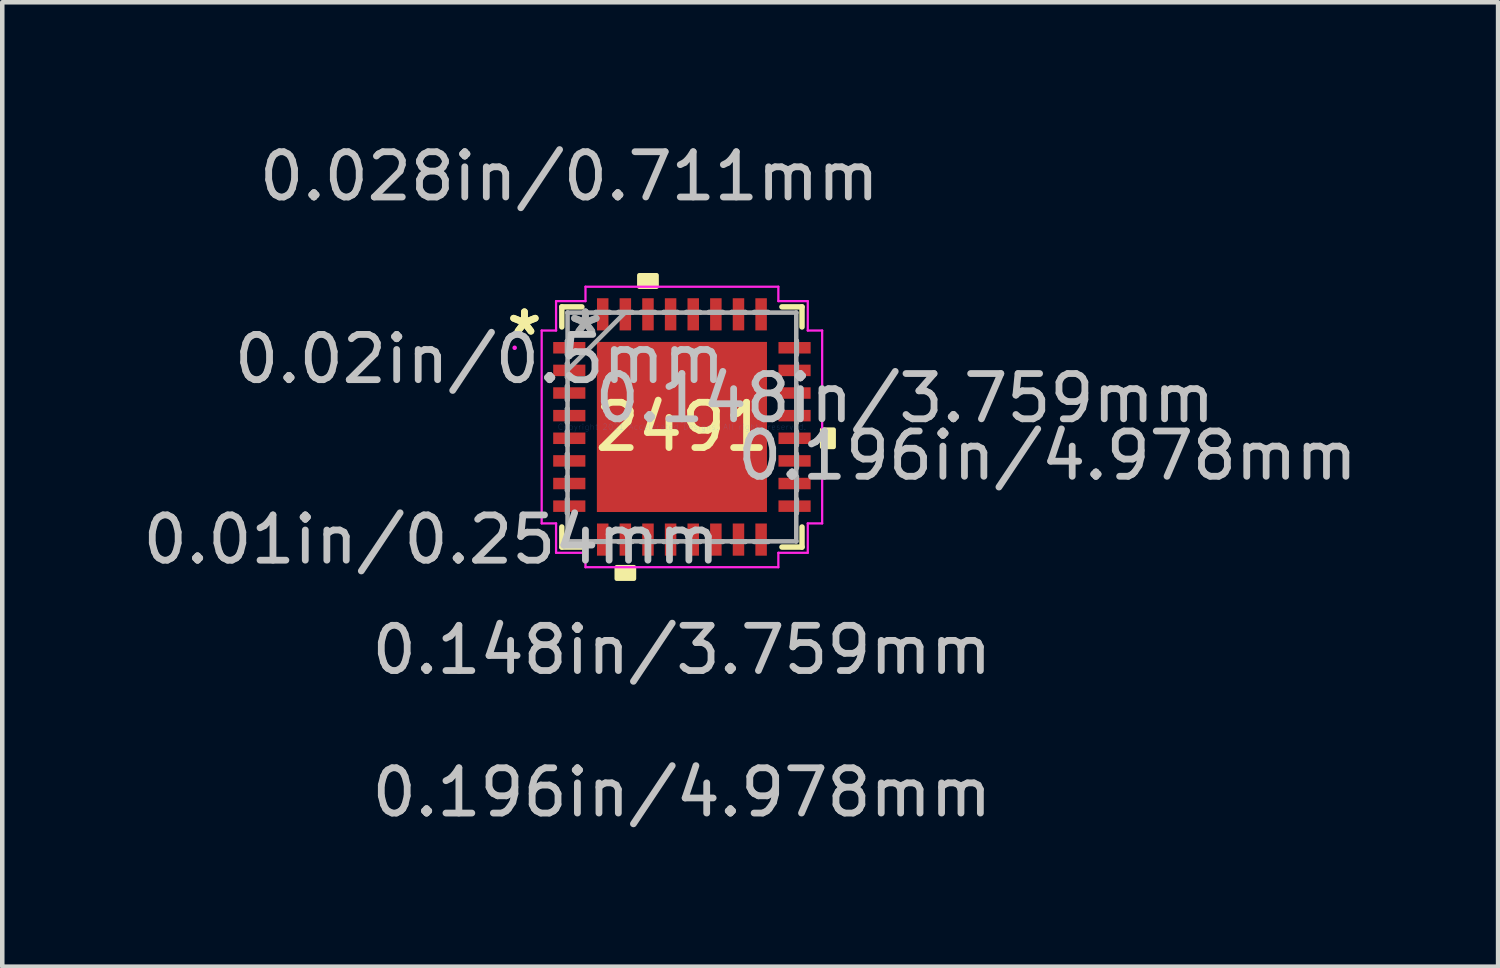
<source format=kicad_pcb>
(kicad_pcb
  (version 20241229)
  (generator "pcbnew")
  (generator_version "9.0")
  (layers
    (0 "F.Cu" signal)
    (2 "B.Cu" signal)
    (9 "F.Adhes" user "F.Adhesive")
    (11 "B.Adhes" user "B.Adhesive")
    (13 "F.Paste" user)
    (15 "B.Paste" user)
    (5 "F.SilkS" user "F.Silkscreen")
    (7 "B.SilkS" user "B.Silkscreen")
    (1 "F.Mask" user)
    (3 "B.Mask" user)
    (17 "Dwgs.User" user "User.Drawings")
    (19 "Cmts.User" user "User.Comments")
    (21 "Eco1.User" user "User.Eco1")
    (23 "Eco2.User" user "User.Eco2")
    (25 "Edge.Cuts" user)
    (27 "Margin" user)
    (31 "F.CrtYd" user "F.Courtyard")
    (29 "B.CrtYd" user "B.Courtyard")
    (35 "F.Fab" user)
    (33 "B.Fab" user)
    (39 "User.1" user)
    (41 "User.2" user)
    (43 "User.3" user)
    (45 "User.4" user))
  (footprint "2491"
    (layer "F.Cu")
    (at 12.019 6.385)
    (property "Reference" "2491" (at 0 0 0) (layer "F.SilkS") (effects (font (size 1 1) (thickness 0.15))))
    (attr through_hole)
    (fp_line (start -2.654 -2.654) (end -2.654 -2.21) (stroke (width 0.12) (type solid)) (layer "F.SilkS"))
    (fp_line (start -2.654 2.21) (end -2.654 2.654) (stroke (width 0.12) (type solid)) (layer "F.SilkS"))
    (fp_line (start -2.654 2.654) (end -2.21 2.654) (stroke (width 0.12) (type solid)) (layer "F.SilkS"))
    (fp_line (start -2.21 -2.654) (end -2.654 -2.654) (stroke (width 0.12) (type solid)) (layer "F.SilkS"))
    (fp_line (start 2.21 2.654) (end 2.654 2.654) (stroke (width 0.12) (type solid)) (layer "F.SilkS"))
    (fp_line (start 2.654 -2.654) (end 2.21 -2.654) (stroke (width 0.12) (type solid)) (layer "F.SilkS"))
    (fp_line (start 2.654 -2.21) (end 2.654 -2.654) (stroke (width 0.12) (type solid)) (layer "F.SilkS"))
    (fp_line (start 2.654 2.654) (end 2.654 2.21) (stroke (width 0.12) (type solid)) (layer "F.SilkS"))
    (fp_poly (pts (xy -1.44 3.099) (xy -1.44 3.353) (xy -1.06 3.353) (xy -1.06 3.099)) (stroke (width 0.1) (type solid)) (fill yes) (layer "F.SilkS"))
    (fp_poly (pts (xy -0.941 -3.099) (xy -0.941 -3.353) (xy -0.56 -3.353) (xy -0.56 -3.099)) (stroke (width 0.1) (type solid)) (fill yes) (layer "F.SilkS"))
    (fp_poly (pts (xy 3.353 0.059) (xy 3.353 0.441) (xy 3.099 0.441) (xy 3.099 0.059)) (stroke (width 0.1) (type solid)) (fill yes) (layer "F.SilkS"))
    (fp_poly (pts (xy -1.78 -1.78) (xy -1.78 -0.1) (xy -0.1 -0.1) (xy -0.1 -1.78)) (stroke (width 0.1) (type solid)) (fill yes) (layer "F.Paste"))
    (fp_poly (pts (xy -1.78 0.1) (xy -1.78 1.78) (xy -0.1 1.78) (xy -0.1 0.1)) (stroke (width 0.1) (type solid)) (fill yes) (layer "F.Paste"))
    (fp_poly (pts (xy 0.1 -1.78) (xy 0.1 -0.1) (xy 1.78 -0.1) (xy 1.78 -1.78)) (stroke (width 0.1) (type solid)) (fill yes) (layer "F.Paste"))
    (fp_poly (pts (xy 0.1 0.1) (xy 0.1 1.78) (xy 1.78 1.78) (xy 1.78 0.1)) (stroke (width 0.1) (type solid)) (fill yes) (layer "F.Paste"))
    (fp_line (start -3.099 -2.131) (end -2.781 -2.131) (stroke (width 0.05) (type solid)) (layer "F.CrtYd"))
    (fp_line (start -3.099 2.131) (end -3.099 -2.131) (stroke (width 0.05) (type solid)) (layer "F.CrtYd"))
    (fp_line (start -2.781 -2.781) (end -2.131 -2.781) (stroke (width 0.05) (type solid)) (layer "F.CrtYd"))
    (fp_line (start -2.781 -2.131) (end -2.781 -2.781) (stroke (width 0.05) (type solid)) (layer "F.CrtYd"))
    (fp_line (start -2.781 2.131) (end -3.099 2.131) (stroke (width 0.05) (type solid)) (layer "F.CrtYd"))
    (fp_line (start -2.781 2.781) (end -2.781 2.131) (stroke (width 0.05) (type solid)) (layer "F.CrtYd"))
    (fp_line (start -2.131 -3.099) (end 2.131 -3.099) (stroke (width 0.05) (type solid)) (layer "F.CrtYd"))
    (fp_line (start -2.131 -2.781) (end -2.131 -3.099) (stroke (width 0.05) (type solid)) (layer "F.CrtYd"))
    (fp_line (start -2.131 2.781) (end -2.781 2.781) (stroke (width 0.05) (type solid)) (layer "F.CrtYd"))
    (fp_line (start -2.131 3.099) (end -2.131 2.781) (stroke (width 0.05) (type solid)) (layer "F.CrtYd"))
    (fp_line (start 2.131 -3.099) (end 2.131 -2.781) (stroke (width 0.05) (type solid)) (layer "F.CrtYd"))
    (fp_line (start 2.131 -2.781) (end 2.781 -2.781) (stroke (width 0.05) (type solid)) (layer "F.CrtYd"))
    (fp_line (start 2.131 2.781) (end 2.131 3.099) (stroke (width 0.05) (type solid)) (layer "F.CrtYd"))
    (fp_line (start 2.131 3.099) (end -2.131 3.099) (stroke (width 0.05) (type solid)) (layer "F.CrtYd"))
    (fp_line (start 2.781 -2.781) (end 2.781 -2.131) (stroke (width 0.05) (type solid)) (layer "F.CrtYd"))
    (fp_line (start 2.781 -2.131) (end 3.099 -2.131) (stroke (width 0.05) (type solid)) (layer "F.CrtYd"))
    (fp_line (start 2.781 2.131) (end 2.781 2.781) (stroke (width 0.05) (type solid)) (layer "F.CrtYd"))
    (fp_line (start 2.781 2.781) (end 2.131 2.781) (stroke (width 0.05) (type solid)) (layer "F.CrtYd"))
    (fp_line (start 3.099 -2.131) (end 3.099 2.131) (stroke (width 0.05) (type solid)) (layer "F.CrtYd"))
    (fp_line (start 3.099 2.131) (end 2.781 2.131) (stroke (width 0.05) (type solid)) (layer "F.CrtYd"))
    (fp_circle (center -3.696 -1.75) (end -3.696 -1.75) (stroke (width 0.05) (type solid)) (fill no) (layer "F.CrtYd"))
    (fp_line (start -2.54 -1.902) (end -2.54 -1.598) (stroke (width 0.1) (type solid)) (layer "F.Fab"))
    (fp_line (start -2.54 -1.598) (end -2.527 -1.598) (stroke (width 0.1) (type solid)) (layer "F.Fab"))
    (fp_line (start -2.54 -1.402) (end -2.54 -1.098) (stroke (width 0.1) (type solid)) (layer "F.Fab"))
    (fp_line (start -2.54 -1.098) (end -2.527 -1.098) (stroke (width 0.1) (type solid)) (layer "F.Fab"))
    (fp_line (start -2.54 -0.902) (end -2.54 -0.598) (stroke (width 0.1) (type solid)) (layer "F.Fab"))
    (fp_line (start -2.54 -0.598) (end -2.527 -0.598) (stroke (width 0.1) (type solid)) (layer "F.Fab"))
    (fp_line (start -2.54 -0.402) (end -2.54 -0.098) (stroke (width 0.1) (type solid)) (layer "F.Fab"))
    (fp_line (start -2.54 -0.098) (end -2.527 -0.098) (stroke (width 0.1) (type solid)) (layer "F.Fab"))
    (fp_line (start -2.54 0.098) (end -2.54 0.402) (stroke (width 0.1) (type solid)) (layer "F.Fab"))
    (fp_line (start -2.54 0.402) (end -2.527 0.402) (stroke (width 0.1) (type solid)) (layer "F.Fab"))
    (fp_line (start -2.54 0.598) (end -2.54 0.902) (stroke (width 0.1) (type solid)) (layer "F.Fab"))
    (fp_line (start -2.54 0.902) (end -2.527 0.902) (stroke (width 0.1) (type solid)) (layer "F.Fab"))
    (fp_line (start -2.54 1.098) (end -2.54 1.402) (stroke (width 0.1) (type solid)) (layer "F.Fab"))
    (fp_line (start -2.54 1.402) (end -2.527 1.402) (stroke (width 0.1) (type solid)) (layer "F.Fab"))
    (fp_line (start -2.54 1.598) (end -2.54 1.902) (stroke (width 0.1) (type solid)) (layer "F.Fab"))
    (fp_line (start -2.54 1.902) (end -2.527 1.902) (stroke (width 0.1) (type solid)) (layer "F.Fab"))
    (fp_line (start -2.527 -2.527) (end -2.527 -2.527) (stroke (width 0.1) (type solid)) (layer "F.Fab"))
    (fp_line (start -2.527 -2.527) (end -2.527 2.527) (stroke (width 0.1) (type solid)) (layer "F.Fab"))
    (fp_line (start -2.527 -1.902) (end -2.54 -1.902) (stroke (width 0.1) (type solid)) (layer "F.Fab"))
    (fp_line (start -2.527 -1.598) (end -2.527 -1.902) (stroke (width 0.1) (type solid)) (layer "F.Fab"))
    (fp_line (start -2.527 -1.402) (end -2.54 -1.402) (stroke (width 0.1) (type solid)) (layer "F.Fab"))
    (fp_line (start -2.527 -1.257) (end -1.257 -2.527) (stroke (width 0.1) (type solid)) (layer "F.Fab"))
    (fp_line (start -2.527 -1.098) (end -2.527 -1.402) (stroke (width 0.1) (type solid)) (layer "F.Fab"))
    (fp_line (start -2.527 -0.902) (end -2.54 -0.902) (stroke (width 0.1) (type solid)) (layer "F.Fab"))
    (fp_line (start -2.527 -0.598) (end -2.527 -0.902) (stroke (width 0.1) (type solid)) (layer "F.Fab"))
    (fp_line (start -2.527 -0.402) (end -2.54 -0.402) (stroke (width 0.1) (type solid)) (layer "F.Fab"))
    (fp_line (start -2.527 -0.098) (end -2.527 -0.402) (stroke (width 0.1) (type solid)) (layer "F.Fab"))
    (fp_line (start -2.527 0.098) (end -2.54 0.098) (stroke (width 0.1) (type solid)) (layer "F.Fab"))
    (fp_line (start -2.527 0.402) (end -2.527 0.098) (stroke (width 0.1) (type solid)) (layer "F.Fab"))
    (fp_line (start -2.527 0.598) (end -2.54 0.598) (stroke (width 0.1) (type solid)) (layer "F.Fab"))
    (fp_line (start -2.527 0.902) (end -2.527 0.598) (stroke (width 0.1) (type solid)) (layer "F.Fab"))
    (fp_line (start -2.527 1.098) (end -2.54 1.098) (stroke (width 0.1) (type solid)) (layer "F.Fab"))
    (fp_line (start -2.527 1.402) (end -2.527 1.098) (stroke (width 0.1) (type solid)) (layer "F.Fab"))
    (fp_line (start -2.527 1.598) (end -2.54 1.598) (stroke (width 0.1) (type solid)) (layer "F.Fab"))
    (fp_line (start -2.527 1.902) (end -2.527 1.598) (stroke (width 0.1) (type solid)) (layer "F.Fab"))
    (fp_line (start -2.527 2.527) (end -2.527 2.527) (stroke (width 0.1) (type solid)) (layer "F.Fab"))
    (fp_line (start -2.527 2.527) (end 2.527 2.527) (stroke (width 0.1) (type solid)) (layer "F.Fab"))
    (fp_line (start -1.902 -2.54) (end -1.902 -2.527) (stroke (width 0.1) (type solid)) (layer "F.Fab"))
    (fp_line (start -1.902 -2.527) (end -1.598 -2.527) (stroke (width 0.1) (type solid)) (layer "F.Fab"))
    (fp_line (start -1.902 2.527) (end -1.902 2.54) (stroke (width 0.1) (type solid)) (layer "F.Fab"))
    (fp_line (start -1.902 2.54) (end -1.598 2.54) (stroke (width 0.1) (type solid)) (layer "F.Fab"))
    (fp_line (start -1.598 -2.54) (end -1.902 -2.54) (stroke (width 0.1) (type solid)) (layer "F.Fab"))
    (fp_line (start -1.598 -2.527) (end -1.598 -2.54) (stroke (width 0.1) (type solid)) (layer "F.Fab"))
    (fp_line (start -1.598 2.527) (end -1.902 2.527) (stroke (width 0.1) (type solid)) (layer "F.Fab"))
    (fp_line (start -1.598 2.54) (end -1.598 2.527) (stroke (width 0.1) (type solid)) (layer "F.Fab"))
    (fp_line (start -1.402 -2.54) (end -1.402 -2.527) (stroke (width 0.1) (type solid)) (layer "F.Fab"))
    (fp_line (start -1.402 -2.527) (end -1.098 -2.527) (stroke (width 0.1) (type solid)) (layer "F.Fab"))
    (fp_line (start -1.402 2.527) (end -1.402 2.54) (stroke (width 0.1) (type solid)) (layer "F.Fab"))
    (fp_line (start -1.402 2.54) (end -1.098 2.54) (stroke (width 0.1) (type solid)) (layer "F.Fab"))
    (fp_line (start -1.098 -2.54) (end -1.402 -2.54) (stroke (width 0.1) (type solid)) (layer "F.Fab"))
    (fp_line (start -1.098 -2.527) (end -1.098 -2.54) (stroke (width 0.1) (type solid)) (layer "F.Fab"))
    (fp_line (start -1.098 2.527) (end -1.402 2.527) (stroke (width 0.1) (type solid)) (layer "F.Fab"))
    (fp_line (start -1.098 2.54) (end -1.098 2.527) (stroke (width 0.1) (type solid)) (layer "F.Fab"))
    (fp_line (start -0.902 -2.54) (end -0.902 -2.527) (stroke (width 0.1) (type solid)) (layer "F.Fab"))
    (fp_line (start -0.902 -2.527) (end -0.598 -2.527) (stroke (width 0.1) (type solid)) (layer "F.Fab"))
    (fp_line (start -0.902 2.527) (end -0.902 2.54) (stroke (width 0.1) (type solid)) (layer "F.Fab"))
    (fp_line (start -0.902 2.54) (end -0.598 2.54) (stroke (width 0.1) (type solid)) (layer "F.Fab"))
    (fp_line (start -0.598 -2.54) (end -0.902 -2.54) (stroke (width 0.1) (type solid)) (layer "F.Fab"))
    (fp_line (start -0.598 -2.527) (end -0.598 -2.54) (stroke (width 0.1) (type solid)) (layer "F.Fab"))
    (fp_line (start -0.598 2.527) (end -0.902 2.527) (stroke (width 0.1) (type solid)) (layer "F.Fab"))
    (fp_line (start -0.598 2.54) (end -0.598 2.527) (stroke (width 0.1) (type solid)) (layer "F.Fab"))
    (fp_line (start -0.402 -2.54) (end -0.402 -2.527) (stroke (width 0.1) (type solid)) (layer "F.Fab"))
    (fp_line (start -0.402 -2.527) (end -0.098 -2.527) (stroke (width 0.1) (type solid)) (layer "F.Fab"))
    (fp_line (start -0.402 2.527) (end -0.402 2.54) (stroke (width 0.1) (type solid)) (layer "F.Fab"))
    (fp_line (start -0.402 2.54) (end -0.098 2.54) (stroke (width 0.1) (type solid)) (layer "F.Fab"))
    (fp_line (start -0.098 -2.54) (end -0.402 -2.54) (stroke (width 0.1) (type solid)) (layer "F.Fab"))
    (fp_line (start -0.098 -2.527) (end -0.098 -2.54) (stroke (width 0.1) (type solid)) (layer "F.Fab"))
    (fp_line (start -0.098 2.527) (end -0.402 2.527) (stroke (width 0.1) (type solid)) (layer "F.Fab"))
    (fp_line (start -0.098 2.54) (end -0.098 2.527) (stroke (width 0.1) (type solid)) (layer "F.Fab"))
    (fp_line (start 0.098 -2.54) (end 0.098 -2.527) (stroke (width 0.1) (type solid)) (layer "F.Fab"))
    (fp_line (start 0.098 -2.527) (end 0.402 -2.527) (stroke (width 0.1) (type solid)) (layer "F.Fab"))
    (fp_line (start 0.098 2.527) (end 0.098 2.54) (stroke (width 0.1) (type solid)) (layer "F.Fab"))
    (fp_line (start 0.098 2.54) (end 0.402 2.54) (stroke (width 0.1) (type solid)) (layer "F.Fab"))
    (fp_line (start 0.402 -2.54) (end 0.098 -2.54) (stroke (width 0.1) (type solid)) (layer "F.Fab"))
    (fp_line (start 0.402 -2.527) (end 0.402 -2.54) (stroke (width 0.1) (type solid)) (layer "F.Fab"))
    (fp_line (start 0.402 2.527) (end 0.098 2.527) (stroke (width 0.1) (type solid)) (layer "F.Fab"))
    (fp_line (start 0.402 2.54) (end 0.402 2.527) (stroke (width 0.1) (type solid)) (layer "F.Fab"))
    (fp_line (start 0.598 -2.54) (end 0.598 -2.527) (stroke (width 0.1) (type solid)) (layer "F.Fab"))
    (fp_line (start 0.598 -2.527) (end 0.902 -2.527) (stroke (width 0.1) (type solid)) (layer "F.Fab"))
    (fp_line (start 0.598 2.527) (end 0.598 2.54) (stroke (width 0.1) (type solid)) (layer "F.Fab"))
    (fp_line (start 0.598 2.54) (end 0.902 2.54) (stroke (width 0.1) (type solid)) (layer "F.Fab"))
    (fp_line (start 0.902 -2.54) (end 0.598 -2.54) (stroke (width 0.1) (type solid)) (layer "F.Fab"))
    (fp_line (start 0.902 -2.527) (end 0.902 -2.54) (stroke (width 0.1) (type solid)) (layer "F.Fab"))
    (fp_line (start 0.902 2.527) (end 0.598 2.527) (stroke (width 0.1) (type solid)) (layer "F.Fab"))
    (fp_line (start 0.902 2.54) (end 0.902 2.527) (stroke (width 0.1) (type solid)) (layer "F.Fab"))
    (fp_line (start 1.098 -2.54) (end 1.098 -2.527) (stroke (width 0.1) (type solid)) (layer "F.Fab"))
    (fp_line (start 1.098 -2.527) (end 1.402 -2.527) (stroke (width 0.1) (type solid)) (layer "F.Fab"))
    (fp_line (start 1.098 2.527) (end 1.098 2.54) (stroke (width 0.1) (type solid)) (layer "F.Fab"))
    (fp_line (start 1.098 2.54) (end 1.402 2.54) (stroke (width 0.1) (type solid)) (layer "F.Fab"))
    (fp_line (start 1.402 -2.54) (end 1.098 -2.54) (stroke (width 0.1) (type solid)) (layer "F.Fab"))
    (fp_line (start 1.402 -2.527) (end 1.402 -2.54) (stroke (width 0.1) (type solid)) (layer "F.Fab"))
    (fp_line (start 1.402 2.527) (end 1.098 2.527) (stroke (width 0.1) (type solid)) (layer "F.Fab"))
    (fp_line (start 1.402 2.54) (end 1.402 2.527) (stroke (width 0.1) (type solid)) (layer "F.Fab"))
    (fp_line (start 1.598 -2.54) (end 1.598 -2.527) (stroke (width 0.1) (type solid)) (layer "F.Fab"))
    (fp_line (start 1.598 -2.527) (end 1.902 -2.527) (stroke (width 0.1) (type solid)) (layer "F.Fab"))
    (fp_line (start 1.598 2.527) (end 1.598 2.54) (stroke (width 0.1) (type solid)) (layer "F.Fab"))
    (fp_line (start 1.598 2.54) (end 1.902 2.54) (stroke (width 0.1) (type solid)) (layer "F.Fab"))
    (fp_line (start 1.902 -2.54) (end 1.598 -2.54) (stroke (width 0.1) (type solid)) (layer "F.Fab"))
    (fp_line (start 1.902 -2.527) (end 1.902 -2.54) (stroke (width 0.1) (type solid)) (layer "F.Fab"))
    (fp_line (start 1.902 2.527) (end 1.598 2.527) (stroke (width 0.1) (type solid)) (layer "F.Fab"))
    (fp_line (start 1.902 2.54) (end 1.902 2.527) (stroke (width 0.1) (type solid)) (layer "F.Fab"))
    (fp_line (start 2.527 -2.527) (end -2.527 -2.527) (stroke (width 0.1) (type solid)) (layer "F.Fab"))
    (fp_line (start 2.527 -2.527) (end 2.527 -2.527) (stroke (width 0.1) (type solid)) (layer "F.Fab"))
    (fp_line (start 2.527 -1.902) (end 2.527 -1.598) (stroke (width 0.1) (type solid)) (layer "F.Fab"))
    (fp_line (start 2.527 -1.598) (end 2.54 -1.598) (stroke (width 0.1) (type solid)) (layer "F.Fab"))
    (fp_line (start 2.527 -1.402) (end 2.527 -1.098) (stroke (width 0.1) (type solid)) (layer "F.Fab"))
    (fp_line (start 2.527 -1.098) (end 2.54 -1.098) (stroke (width 0.1) (type solid)) (layer "F.Fab"))
    (fp_line (start 2.527 -0.902) (end 2.527 -0.598) (stroke (width 0.1) (type solid)) (layer "F.Fab"))
    (fp_line (start 2.527 -0.598) (end 2.54 -0.598) (stroke (width 0.1) (type solid)) (layer "F.Fab"))
    (fp_line (start 2.527 -0.402) (end 2.527 -0.098) (stroke (width 0.1) (type solid)) (layer "F.Fab"))
    (fp_line (start 2.527 -0.098) (end 2.54 -0.098) (stroke (width 0.1) (type solid)) (layer "F.Fab"))
    (fp_line (start 2.527 0.098) (end 2.527 0.402) (stroke (width 0.1) (type solid)) (layer "F.Fab"))
    (fp_line (start 2.527 0.402) (end 2.54 0.402) (stroke (width 0.1) (type solid)) (layer "F.Fab"))
    (fp_line (start 2.527 0.598) (end 2.527 0.902) (stroke (width 0.1) (type solid)) (layer "F.Fab"))
    (fp_line (start 2.527 0.902) (end 2.54 0.902) (stroke (width 0.1) (type solid)) (layer "F.Fab"))
    (fp_line (start 2.527 1.098) (end 2.527 1.402) (stroke (width 0.1) (type solid)) (layer "F.Fab"))
    (fp_line (start 2.527 1.402) (end 2.54 1.402) (stroke (width 0.1) (type solid)) (layer "F.Fab"))
    (fp_line (start 2.527 1.598) (end 2.527 1.902) (stroke (width 0.1) (type solid)) (layer "F.Fab"))
    (fp_line (start 2.527 1.902) (end 2.54 1.902) (stroke (width 0.1) (type solid)) (layer "F.Fab"))
    (fp_line (start 2.527 2.527) (end 2.527 -2.527) (stroke (width 0.1) (type solid)) (layer "F.Fab"))
    (fp_line (start 2.527 2.527) (end 2.527 2.527) (stroke (width 0.1) (type solid)) (layer "F.Fab"))
    (fp_line (start 2.54 -1.902) (end 2.527 -1.902) (stroke (width 0.1) (type solid)) (layer "F.Fab"))
    (fp_line (start 2.54 -1.598) (end 2.54 -1.902) (stroke (width 0.1) (type solid)) (layer "F.Fab"))
    (fp_line (start 2.54 -1.402) (end 2.527 -1.402) (stroke (width 0.1) (type solid)) (layer "F.Fab"))
    (fp_line (start 2.54 -1.098) (end 2.54 -1.402) (stroke (width 0.1) (type solid)) (layer "F.Fab"))
    (fp_line (start 2.54 -0.902) (end 2.527 -0.902) (stroke (width 0.1) (type solid)) (layer "F.Fab"))
    (fp_line (start 2.54 -0.598) (end 2.54 -0.902) (stroke (width 0.1) (type solid)) (layer "F.Fab"))
    (fp_line (start 2.54 -0.402) (end 2.527 -0.402) (stroke (width 0.1) (type solid)) (layer "F.Fab"))
    (fp_line (start 2.54 -0.098) (end 2.54 -0.402) (stroke (width 0.1) (type solid)) (layer "F.Fab"))
    (fp_line (start 2.54 0.098) (end 2.527 0.098) (stroke (width 0.1) (type solid)) (layer "F.Fab"))
    (fp_line (start 2.54 0.402) (end 2.54 0.098) (stroke (width 0.1) (type solid)) (layer "F.Fab"))
    (fp_line (start 2.54 0.598) (end 2.527 0.598) (stroke (width 0.1) (type solid)) (layer "F.Fab"))
    (fp_line (start 2.54 0.902) (end 2.54 0.598) (stroke (width 0.1) (type solid)) (layer "F.Fab"))
    (fp_line (start 2.54 1.098) (end 2.527 1.098) (stroke (width 0.1) (type solid)) (layer "F.Fab"))
    (fp_line (start 2.54 1.402) (end 2.54 1.098) (stroke (width 0.1) (type solid)) (layer "F.Fab"))
    (fp_line (start 2.54 1.598) (end 2.527 1.598) (stroke (width 0.1) (type solid)) (layer "F.Fab"))
    (fp_line (start 2.54 1.902) (end 2.54 1.598) (stroke (width 0.1) (type solid)) (layer "F.Fab"))
    (fp_text user "*" (at -3.48 -2 0) (layer "F.SilkS") (effects (font (size 1 1) (thickness 0.15))))
    (fp_text user "*" (at -3.48 -2 0) (layer "F.SilkS") (effects (font (size 1 1) (thickness 0.15))))
    (fp_text user "0.196in/4.978mm" (at 8.077 0.635 0) (layer "Dwgs.User") (effects (font (size 1 1) (thickness 0.15))))
    (fp_text user "0.148in/3.759mm" (at 0 4.928 0) (layer "Dwgs.User") (effects (font (size 1 1) (thickness 0.15))))
    (fp_text user "0.028in/0.711mm" (at -2.489 -5.537 0) (layer "Dwgs.User") (effects (font (size 1 1) (thickness 0.15))))
    (fp_text user "0.02in/0.5mm" (at -4.47 -1.5 0) (layer "Dwgs.User") (effects (font (size 1 1) (thickness 0.15))))
    (fp_text user "0.01in/0.254mm" (at -5.537 2.489 0) (layer "Dwgs.User") (effects (font (size 1 1) (thickness 0.15))))
    (fp_text user "0.196in/4.978mm" (at 0 8.077 0) (layer "Dwgs.User") (effects (font (size 1 1) (thickness 0.15))))
    (fp_text user "0.148in/3.759mm" (at 4.928 -0.635 0) (layer "Dwgs.User") (effects (font (size 1 1) (thickness 0.15))))
    (fp_text user "Copyright 2021 Accelerated Designs. All rights reserved." (at 0 0 0) (layer "Cmts.User") (effects (font (size 0.127 0.127) (thickness 0.002))))
    (fp_text user "*" (at -2.134 -2 0) (layer "F.Fab") (effects (font (size 1 1) (thickness 0.15))))
    (fp_text user "*" (at -2.134 -2 0) (layer "F.Fab") (effects (font (size 1 1) (thickness 0.15))))
    (pad "1" smd rect (at -2.489 -1.75 90) (size 0.254 0.711) (layers "F.Cu" "F.Mask" "F.Paste"))
    (pad "2" smd rect (at -2.489 -1.25 90) (size 0.254 0.711) (layers "F.Cu" "F.Mask" "F.Paste"))
    (pad "3" smd rect (at -2.489 -0.75 90) (size 0.254 0.711) (layers "F.Cu" "F.Mask" "F.Paste"))
    (pad "4" smd rect (at -2.489 -0.25 90) (size 0.254 0.711) (layers "F.Cu" "F.Mask" "F.Paste"))
    (pad "5" smd rect (at -2.489 0.25 90) (size 0.254 0.711) (layers "F.Cu" "F.Mask" "F.Paste"))
    (pad "6" smd rect (at -2.489 0.75 90) (size 0.254 0.711) (layers "F.Cu" "F.Mask" "F.Paste"))
    (pad "7" smd rect (at -2.489 1.25 90) (size 0.254 0.711) (layers "F.Cu" "F.Mask" "F.Paste"))
    (pad "8" smd rect (at -2.489 1.75 90) (size 0.254 0.711) (layers "F.Cu" "F.Mask" "F.Paste"))
    (pad "9" smd rect (at -1.75 2.489) (size 0.254 0.711) (layers "F.Cu" "F.Mask" "F.Paste"))
    (pad "10" smd rect (at -1.25 2.489) (size 0.254 0.711) (layers "F.Cu" "F.Mask" "F.Paste"))
    (pad "11" smd rect (at -0.75 2.489) (size 0.254 0.711) (layers "F.Cu" "F.Mask" "F.Paste"))
    (pad "12" smd rect (at -0.25 2.489) (size 0.254 0.711) (layers "F.Cu" "F.Mask" "F.Paste"))
    (pad "13" smd rect (at 0.25 2.489) (size 0.254 0.711) (layers "F.Cu" "F.Mask" "F.Paste"))
    (pad "14" smd rect (at 0.75 2.489) (size 0.254 0.711) (layers "F.Cu" "F.Mask" "F.Paste"))
    (pad "15" smd rect (at 1.25 2.489) (size 0.254 0.711) (layers "F.Cu" "F.Mask" "F.Paste"))
    (pad "16" smd rect (at 1.75 2.489) (size 0.254 0.711) (layers "F.Cu" "F.Mask" "F.Paste"))
    (pad "17" smd rect (at 2.489 1.75 90) (size 0.254 0.711) (layers "F.Cu" "F.Mask" "F.Paste"))
    (pad "18" smd rect (at 2.489 1.25 90) (size 0.254 0.711) (layers "F.Cu" "F.Mask" "F.Paste"))
    (pad "19" smd rect (at 2.489 0.75 90) (size 0.254 0.711) (layers "F.Cu" "F.Mask" "F.Paste"))
    (pad "20" smd rect (at 2.489 0.25 90) (size 0.254 0.711) (layers "F.Cu" "F.Mask" "F.Paste"))
    (pad "21" smd rect (at 2.489 -0.25 90) (size 0.254 0.711) (layers "F.Cu" "F.Mask" "F.Paste"))
    (pad "22" smd rect (at 2.489 -0.75 90) (size 0.254 0.711) (layers "F.Cu" "F.Mask" "F.Paste"))
    (pad "23" smd rect (at 2.489 -1.25 90) (size 0.254 0.711) (layers "F.Cu" "F.Mask" "F.Paste"))
    (pad "24" smd rect (at 2.489 -1.75 90) (size 0.254 0.711) (layers "F.Cu" "F.Mask" "F.Paste"))
    (pad "25" smd rect (at 1.75 -2.489) (size 0.254 0.711) (layers "F.Cu" "F.Mask" "F.Paste"))
    (pad "26" smd rect (at 1.25 -2.489) (size 0.254 0.711) (layers "F.Cu" "F.Mask" "F.Paste"))
    (pad "27" smd rect (at 0.75 -2.489) (size 0.254 0.711) (layers "F.Cu" "F.Mask" "F.Paste"))
    (pad "28" smd rect (at 0.25 -2.489) (size 0.254 0.711) (layers "F.Cu" "F.Mask" "F.Paste"))
    (pad "29" smd rect (at -0.25 -2.489) (size 0.254 0.711) (layers "F.Cu" "F.Mask" "F.Paste"))
    (pad "30" smd rect (at -0.75 -2.489) (size 0.254 0.711) (layers "F.Cu" "F.Mask" "F.Paste"))
    (pad "31" smd rect (at -1.25 -2.489) (size 0.254 0.711) (layers "F.Cu" "F.Mask" "F.Paste"))
    (pad "32" smd rect (at -1.75 -2.489) (size 0.254 0.711) (layers "F.Cu" "F.Mask" "F.Paste"))
    (pad "33" smd rect (at 0 0) (size 3.759 3.759) (layers "F.Cu" "F.Mask" "F.Paste")))
  (gr_rect
    (start -3 -3)
    (end 30.055 18.311)
    (stroke (width 0.1) (type default))
    (fill no)
    (layer "Edge.Cuts")))
</source>
